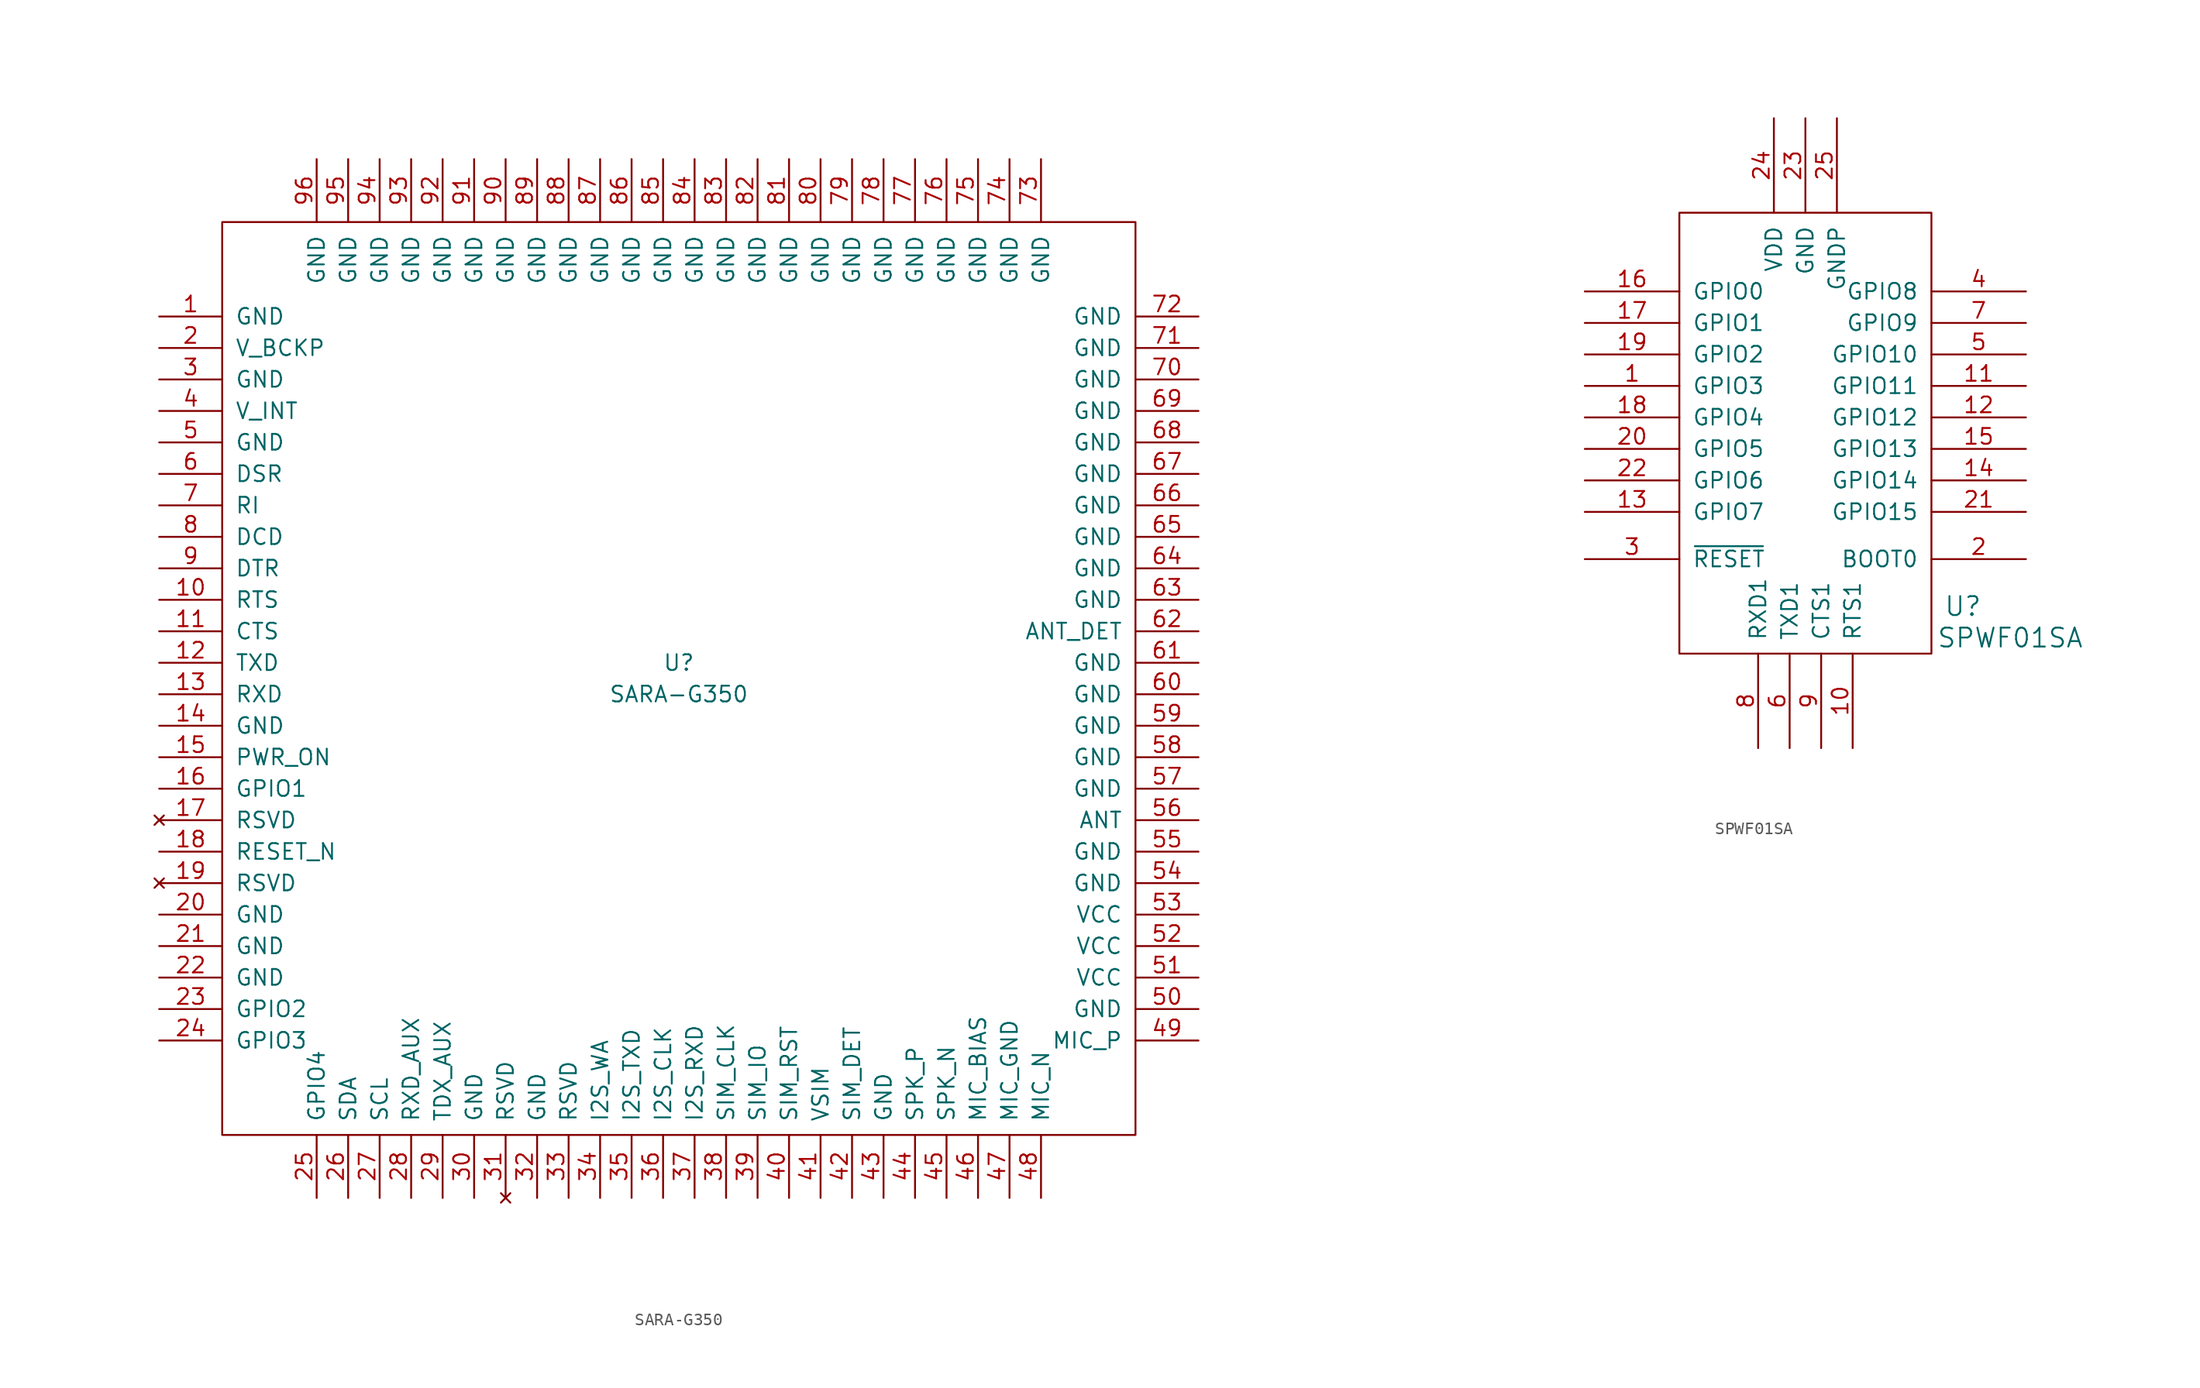
<source format=kicad_sym>
(kicad_symbol_lib
  (version 20201005)
  (generator kicad_symbol_editor)
  (symbol "SARA-G350"
    (pin_names
      (offset 1.016))
    (property "Reference" "U"
      (at 0 1.27 0)
      (effects (font (size 1.27 1.27))))
    (property "Value" "SARA-G350"
      (at 0 -1.27 0)
      (effects (font (size 1.27 1.27))))
    (symbol "SARA-G350_0_1"
      (rectangle (start -36.83 -36.83) (end 36.83 36.83) (stroke (width 0)) (fill (type none))))
    (symbol "SARA-G350_1_1"
      (pin power_in line (at -41.91 29.21 0) (length 5.08) (name "GND" (effects (font (size 1.27 1.27)))) (number "1" (effects (font (size 1.27 1.27)))))
      (pin input line (at -41.91 6.35 0) (length 5.08) (name "RTS" (effects (font (size 1.27 1.27)))) (number "10" (effects (font (size 1.27 1.27)))))
      (pin output line (at -41.91 3.81 0) (length 5.08) (name "CTS" (effects (font (size 1.27 1.27)))) (number "11" (effects (font (size 1.27 1.27)))))
      (pin input line (at -41.91 1.27 0) (length 5.08) (name "TXD" (effects (font (size 1.27 1.27)))) (number "12" (effects (font (size 1.27 1.27)))))
      (pin output line (at -41.91 -1.27 0) (length 5.08) (name "RXD" (effects (font (size 1.27 1.27)))) (number "13" (effects (font (size 1.27 1.27)))))
      (pin power_in line (at -41.91 -3.81 0) (length 5.08) (name "GND" (effects (font (size 1.27 1.27)))) (number "14" (effects (font (size 1.27 1.27)))))
      (pin input line (at -41.91 -6.35 0) (length 5.08) (name "PWR_ON" (effects (font (size 1.27 1.27)))) (number "15" (effects (font (size 1.27 1.27)))))
      (pin bidirectional line (at -41.91 -8.89 0) (length 5.08) (name "GPIO1" (effects (font (size 1.27 1.27)))) (number "16" (effects (font (size 1.27 1.27)))))
      (pin unconnected line (at -41.91 -11.43 0) (length 5.08) (name "RSVD" (effects (font (size 1.27 1.27)))) (number "17" (effects (font (size 1.27 1.27)))))
      (pin input line (at -41.91 -13.97 0) (length 5.08) (name "RESET_N" (effects (font (size 1.27 1.27)))) (number "18" (effects (font (size 1.27 1.27)))))
      (pin unconnected line (at -41.91 -16.51 0) (length 5.08) (name "RSVD" (effects (font (size 1.27 1.27)))) (number "19" (effects (font (size 1.27 1.27)))))
      (pin bidirectional line (at -41.91 26.67 0) (length 5.08) (name "V_BCKP" (effects (font (size 1.27 1.27)))) (number "2" (effects (font (size 1.27 1.27)))))
      (pin power_in line (at -41.91 -19.05 0) (length 5.08) (name "GND" (effects (font (size 1.27 1.27)))) (number "20" (effects (font (size 1.27 1.27)))))
      (pin power_in line (at -41.91 -21.59 0) (length 5.08) (name "GND~" (effects (font (size 1.27 1.27)))) (number "21" (effects (font (size 1.27 1.27)))))
      (pin power_in line (at -41.91 -24.13 0) (length 5.08) (name "GND" (effects (font (size 1.27 1.27)))) (number "22" (effects (font (size 1.27 1.27)))))
      (pin bidirectional line (at -41.91 -26.67 0) (length 5.08) (name "GPIO2" (effects (font (size 1.27 1.27)))) (number "23" (effects (font (size 1.27 1.27)))))
      (pin bidirectional line (at -41.91 -29.21 0) (length 5.08) (name "GPIO3" (effects (font (size 1.27 1.27)))) (number "24" (effects (font (size 1.27 1.27)))))
      (pin bidirectional line (at -29.21 -41.91 90) (length 5.08) (name "GPIO4" (effects (font (size 1.27 1.27)))) (number "25" (effects (font (size 1.27 1.27)))))
      (pin bidirectional line (at -26.67 -41.91 90) (length 5.08) (name "SDA" (effects (font (size 1.27 1.27)))) (number "26" (effects (font (size 1.27 1.27)))))
      (pin output line (at -24.13 -41.91 90) (length 5.08) (name "SCL" (effects (font (size 1.27 1.27)))) (number "27" (effects (font (size 1.27 1.27)))))
      (pin output line (at -21.59 -41.91 90) (length 5.08) (name "RXD_AUX" (effects (font (size 1.27 1.27)))) (number "28" (effects (font (size 1.27 1.27)))))
      (pin input line (at -19.05 -41.91 90) (length 5.08) (name "TDX_AUX" (effects (font (size 1.27 1.27)))) (number "29" (effects (font (size 1.27 1.27)))))
      (pin power_in line (at -41.91 24.13 0) (length 5.08) (name "GND" (effects (font (size 1.27 1.27)))) (number "3" (effects (font (size 1.27 1.27)))))
      (pin power_in line (at -16.51 -41.91 90) (length 5.08) (name "GND" (effects (font (size 1.27 1.27)))) (number "30" (effects (font (size 1.27 1.27)))))
      (pin unconnected line (at -13.97 -41.91 90) (length 5.08) (name "RSVD" (effects (font (size 1.27 1.27)))) (number "31" (effects (font (size 1.27 1.27)))))
      (pin power_in line (at -11.43 -41.91 90) (length 5.08) (name "GND" (effects (font (size 1.27 1.27)))) (number "32" (effects (font (size 1.27 1.27)))))
      (pin unspecified line (at -8.89 -41.91 90) (length 5.08) (name "RSVD" (effects (font (size 1.27 1.27)))) (number "33" (effects (font (size 1.27 1.27)))))
      (pin output line (at -6.35 -41.91 90) (length 5.08) (name "I2S_WA" (effects (font (size 1.27 1.27)))) (number "34" (effects (font (size 1.27 1.27)))))
      (pin output line (at -3.81 -41.91 90) (length 5.08) (name "I2S_TXD" (effects (font (size 1.27 1.27)))) (number "35" (effects (font (size 1.27 1.27)))))
      (pin output line (at -1.27 -41.91 90) (length 5.08) (name "I2S_CLK" (effects (font (size 1.27 1.27)))) (number "36" (effects (font (size 1.27 1.27)))))
      (pin input line (at 1.27 -41.91 90) (length 5.08) (name "I2S_RXD" (effects (font (size 1.27 1.27)))) (number "37" (effects (font (size 1.27 1.27)))))
      (pin output line (at 3.81 -41.91 90) (length 5.08) (name "SIM_CLK" (effects (font (size 1.27 1.27)))) (number "38" (effects (font (size 1.27 1.27)))))
      (pin bidirectional line (at 6.35 -41.91 90) (length 5.08) (name "SIM_IO" (effects (font (size 1.27 1.27)))) (number "39" (effects (font (size 1.27 1.27)))))
      (pin power_out line (at -41.91 21.59 0) (length 5.08) (name "V_INT" (effects (font (size 1.27 1.27)))) (number "4" (effects (font (size 1.27 1.27)))))
      (pin output line (at 8.89 -41.91 90) (length 5.08) (name "SIM_RST" (effects (font (size 1.27 1.27)))) (number "40" (effects (font (size 1.27 1.27)))))
      (pin power_out line (at 11.43 -41.91 90) (length 5.08) (name "VSIM" (effects (font (size 1.27 1.27)))) (number "41" (effects (font (size 1.27 1.27)))))
      (pin input line (at 13.97 -41.91 90) (length 5.08) (name "SIM_DET" (effects (font (size 1.27 1.27)))) (number "42" (effects (font (size 1.27 1.27)))))
      (pin power_in line (at 16.51 -41.91 90) (length 5.08) (name "GND" (effects (font (size 1.27 1.27)))) (number "43" (effects (font (size 1.27 1.27)))))
      (pin output line (at 19.05 -41.91 90) (length 5.08) (name "SPK_P" (effects (font (size 1.27 1.27)))) (number "44" (effects (font (size 1.27 1.27)))))
      (pin output line (at 21.59 -41.91 90) (length 5.08) (name "SPK_N" (effects (font (size 1.27 1.27)))) (number "45" (effects (font (size 1.27 1.27)))))
      (pin output line (at 24.13 -41.91 90) (length 5.08) (name "MIC_BIAS" (effects (font (size 1.27 1.27)))) (number "46" (effects (font (size 1.27 1.27)))))
      (pin input line (at 26.67 -41.91 90) (length 5.08) (name "MIC_GND" (effects (font (size 1.27 1.27)))) (number "47" (effects (font (size 1.27 1.27)))))
      (pin input line (at 29.21 -41.91 90) (length 5.08) (name "MIC_N" (effects (font (size 1.27 1.27)))) (number "48" (effects (font (size 1.27 1.27)))))
      (pin input line (at 41.91 -29.21 180) (length 5.08) (name "MIC_P" (effects (font (size 1.27 1.27)))) (number "49" (effects (font (size 1.27 1.27)))))
      (pin power_in line (at -41.91 19.05 0) (length 5.08) (name "GND" (effects (font (size 1.27 1.27)))) (number "5" (effects (font (size 1.27 1.27)))))
      (pin power_in line (at 41.91 -26.67 180) (length 5.08) (name "GND" (effects (font (size 1.27 1.27)))) (number "50" (effects (font (size 1.27 1.27)))))
      (pin power_in line (at 41.91 -24.13 180) (length 5.08) (name "VCC" (effects (font (size 1.27 1.27)))) (number "51" (effects (font (size 1.27 1.27)))))
      (pin power_in line (at 41.91 -21.59 180) (length 5.08) (name "VCC" (effects (font (size 1.27 1.27)))) (number "52" (effects (font (size 1.27 1.27)))))
      (pin power_in line (at 41.91 -19.05 180) (length 5.08) (name "VCC" (effects (font (size 1.27 1.27)))) (number "53" (effects (font (size 1.27 1.27)))))
      (pin power_in line (at 41.91 -16.51 180) (length 5.08) (name "GND" (effects (font (size 1.27 1.27)))) (number "54" (effects (font (size 1.27 1.27)))))
      (pin power_in line (at 41.91 -13.97 180) (length 5.08) (name "GND" (effects (font (size 1.27 1.27)))) (number "55" (effects (font (size 1.27 1.27)))))
      (pin bidirectional line (at 41.91 -11.43 180) (length 5.08) (name "ANT~" (effects (font (size 1.27 1.27)))) (number "56" (effects (font (size 1.27 1.27)))))
      (pin power_in line (at 41.91 -8.89 180) (length 5.08) (name "GND" (effects (font (size 1.27 1.27)))) (number "57" (effects (font (size 1.27 1.27)))))
      (pin power_in line (at 41.91 -6.35 180) (length 5.08) (name "GND~" (effects (font (size 1.27 1.27)))) (number "58" (effects (font (size 1.27 1.27)))))
      (pin power_in line (at 41.91 -3.81 180) (length 5.08) (name "GND" (effects (font (size 1.27 1.27)))) (number "59" (effects (font (size 1.27 1.27)))))
      (pin output line (at -41.91 16.51 0) (length 5.08) (name "DSR" (effects (font (size 1.27 1.27)))) (number "6" (effects (font (size 1.27 1.27)))))
      (pin power_in line (at 41.91 -1.27 180) (length 5.08) (name "GND" (effects (font (size 1.27 1.27)))) (number "60" (effects (font (size 1.27 1.27)))))
      (pin power_in line (at 41.91 1.27 180) (length 5.08) (name "GND" (effects (font (size 1.27 1.27)))) (number "61" (effects (font (size 1.27 1.27)))))
      (pin input line (at 41.91 3.81 180) (length 5.08) (name "ANT_DET" (effects (font (size 1.27 1.27)))) (number "62" (effects (font (size 1.27 1.27)))))
      (pin power_in line (at 41.91 6.35 180) (length 5.08) (name "GND" (effects (font (size 1.27 1.27)))) (number "63" (effects (font (size 1.27 1.27)))))
      (pin power_in line (at 41.91 8.89 180) (length 5.08) (name "GND" (effects (font (size 1.27 1.27)))) (number "64" (effects (font (size 1.27 1.27)))))
      (pin power_in line (at 41.91 11.43 180) (length 5.08) (name "GND" (effects (font (size 1.27 1.27)))) (number "65" (effects (font (size 1.27 1.27)))))
      (pin power_in line (at 41.91 13.97 180) (length 5.08) (name "GND" (effects (font (size 1.27 1.27)))) (number "66" (effects (font (size 1.27 1.27)))))
      (pin power_in line (at 41.91 16.51 180) (length 5.08) (name "GND" (effects (font (size 1.27 1.27)))) (number "67" (effects (font (size 1.27 1.27)))))
      (pin power_in line (at 41.91 19.05 180) (length 5.08) (name "GND" (effects (font (size 1.27 1.27)))) (number "68" (effects (font (size 1.27 1.27)))))
      (pin power_in line (at 41.91 21.59 180) (length 5.08) (name "GND" (effects (font (size 1.27 1.27)))) (number "69" (effects (font (size 1.27 1.27)))))
      (pin output line (at -41.91 13.97 0) (length 5.08) (name "RI" (effects (font (size 1.27 1.27)))) (number "7" (effects (font (size 1.27 1.27)))))
      (pin power_in line (at 41.91 24.13 180) (length 5.08) (name "GND" (effects (font (size 1.27 1.27)))) (number "70" (effects (font (size 1.27 1.27)))))
      (pin power_in line (at 41.91 26.67 180) (length 5.08) (name "GND" (effects (font (size 1.27 1.27)))) (number "71" (effects (font (size 1.27 1.27)))))
      (pin power_in line (at 41.91 29.21 180) (length 5.08) (name "GND" (effects (font (size 1.27 1.27)))) (number "72" (effects (font (size 1.27 1.27)))))
      (pin power_in line (at 29.21 41.91 270) (length 5.08) (name "GND" (effects (font (size 1.27 1.27)))) (number "73" (effects (font (size 1.27 1.27)))))
      (pin power_in line (at 26.67 41.91 270) (length 5.08) (name "GND" (effects (font (size 1.27 1.27)))) (number "74" (effects (font (size 1.27 1.27)))))
      (pin power_in line (at 24.13 41.91 270) (length 5.08) (name "GND" (effects (font (size 1.27 1.27)))) (number "75" (effects (font (size 1.27 1.27)))))
      (pin power_in line (at 21.59 41.91 270) (length 5.08) (name "GND" (effects (font (size 1.27 1.27)))) (number "76" (effects (font (size 1.27 1.27)))))
      (pin power_in line (at 19.05 41.91 270) (length 5.08) (name "GND" (effects (font (size 1.27 1.27)))) (number "77" (effects (font (size 1.27 1.27)))))
      (pin power_in line (at 16.51 41.91 270) (length 5.08) (name "GND" (effects (font (size 1.27 1.27)))) (number "78" (effects (font (size 1.27 1.27)))))
      (pin power_in line (at 13.97 41.91 270) (length 5.08) (name "GND" (effects (font (size 1.27 1.27)))) (number "79" (effects (font (size 1.27 1.27)))))
      (pin output line (at -41.91 11.43 0) (length 5.08) (name "DCD" (effects (font (size 1.27 1.27)))) (number "8" (effects (font (size 1.27 1.27)))))
      (pin power_in line (at 11.43 41.91 270) (length 5.08) (name "GND" (effects (font (size 1.27 1.27)))) (number "80" (effects (font (size 1.27 1.27)))))
      (pin power_in line (at 8.89 41.91 270) (length 5.08) (name "GND" (effects (font (size 1.27 1.27)))) (number "81" (effects (font (size 1.27 1.27)))))
      (pin power_in line (at 6.35 41.91 270) (length 5.08) (name "GND" (effects (font (size 1.27 1.27)))) (number "82" (effects (font (size 1.27 1.27)))))
      (pin power_in line (at 3.81 41.91 270) (length 5.08) (name "GND" (effects (font (size 1.27 1.27)))) (number "83" (effects (font (size 1.27 1.27)))))
      (pin power_in line (at 1.27 41.91 270) (length 5.08) (name "GND" (effects (font (size 1.27 1.27)))) (number "84" (effects (font (size 1.27 1.27)))))
      (pin power_in line (at -1.27 41.91 270) (length 5.08) (name "GND" (effects (font (size 1.27 1.27)))) (number "85" (effects (font (size 1.27 1.27)))))
      (pin power_in line (at -3.81 41.91 270) (length 5.08) (name "GND" (effects (font (size 1.27 1.27)))) (number "86" (effects (font (size 1.27 1.27)))))
      (pin power_in line (at -6.35 41.91 270) (length 5.08) (name "GND" (effects (font (size 1.27 1.27)))) (number "87" (effects (font (size 1.27 1.27)))))
      (pin power_in line (at -8.89 41.91 270) (length 5.08) (name "GND" (effects (font (size 1.27 1.27)))) (number "88" (effects (font (size 1.27 1.27)))))
      (pin power_in line (at -11.43 41.91 270) (length 5.08) (name "GND" (effects (font (size 1.27 1.27)))) (number "89" (effects (font (size 1.27 1.27)))))
      (pin input line (at -41.91 8.89 0) (length 5.08) (name "DTR" (effects (font (size 1.27 1.27)))) (number "9" (effects (font (size 1.27 1.27)))))
      (pin power_in line (at -13.97 41.91 270) (length 5.08) (name "GND" (effects (font (size 1.27 1.27)))) (number "90" (effects (font (size 1.27 1.27)))))
      (pin power_in line (at -16.51 41.91 270) (length 5.08) (name "GND" (effects (font (size 1.27 1.27)))) (number "91" (effects (font (size 1.27 1.27)))))
      (pin power_in line (at -19.05 41.91 270) (length 5.08) (name "GND" (effects (font (size 1.27 1.27)))) (number "92" (effects (font (size 1.27 1.27)))))
      (pin power_in line (at -21.59 41.91 270) (length 5.08) (name "GND" (effects (font (size 1.27 1.27)))) (number "93" (effects (font (size 1.27 1.27)))))
      (pin power_in line (at -24.13 41.91 270) (length 5.08) (name "GND" (effects (font (size 1.27 1.27)))) (number "94" (effects (font (size 1.27 1.27)))))
      (pin power_in line (at -26.67 41.91 270) (length 5.08) (name "GND" (effects (font (size 1.27 1.27)))) (number "95" (effects (font (size 1.27 1.27)))))
      (pin power_in line (at -29.21 41.91 270) (length 5.08) (name "GND" (effects (font (size 1.27 1.27)))) (number "96" (effects (font (size 1.27 1.27)))))))
  (symbol "SPWF01SA"
    (pin_names
      (offset 1.016))
    (property "Reference" "U"
      (at 12.7 -13.97 0)
      (effects (font (size 1.524 1.524))))
    (property "Value" "SPWF01SA"
      (at 16.51 -16.51 0)
      (effects (font (size 1.524 1.524))))
    (property "Footprint" ""
      (at -30.48 -7.62 0)
      (effects (font (size 1.524 1.524))))
    (symbol "SPWF01SA_0_1"
      (rectangle (start -10.16 17.78) (end 10.16 -17.78) (stroke (width 0)) (fill (type none))))
    (symbol "SPWF01SA_1_1"
      (pin bidirectional line (at -17.78 3.81 0) (length 7.62) (name "GPIO3" (effects (font (size 1.27 1.27)))) (number "1" (effects (font (size 1.27 1.27)))))
      (pin output line (at 3.81 -25.4 90) (length 7.62) (name "RTS1" (effects (font (size 1.27 1.27)))) (number "10" (effects (font (size 1.27 1.27)))))
      (pin bidirectional line (at 17.78 3.81 180) (length 7.62) (name "GPIO11" (effects (font (size 1.27 1.27)))) (number "11" (effects (font (size 1.27 1.27)))))
      (pin bidirectional line (at 17.78 1.27 180) (length 7.62) (name "GPIO12" (effects (font (size 1.27 1.27)))) (number "12" (effects (font (size 1.27 1.27)))))
      (pin bidirectional line (at -17.78 -6.35 0) (length 7.62) (name "GPIO7" (effects (font (size 1.27 1.27)))) (number "13" (effects (font (size 1.27 1.27)))))
      (pin bidirectional line (at 17.78 -3.81 180) (length 7.62) (name "GPIO14" (effects (font (size 1.27 1.27)))) (number "14" (effects (font (size 1.27 1.27)))))
      (pin bidirectional line (at 17.78 -1.27 180) (length 7.62) (name "GPIO13" (effects (font (size 1.27 1.27)))) (number "15" (effects (font (size 1.27 1.27)))))
      (pin bidirectional line (at -17.78 11.43 0) (length 7.62) (name "GPIO0" (effects (font (size 1.27 1.27)))) (number "16" (effects (font (size 1.27 1.27)))))
      (pin bidirectional line (at -17.78 8.89 0) (length 7.62) (name "GPIO1" (effects (font (size 1.27 1.27)))) (number "17" (effects (font (size 1.27 1.27)))))
      (pin bidirectional line (at -17.78 1.27 0) (length 7.62) (name "GPIO4" (effects (font (size 1.27 1.27)))) (number "18" (effects (font (size 1.27 1.27)))))
      (pin bidirectional line (at -17.78 6.35 0) (length 7.62) (name "GPIO2" (effects (font (size 1.27 1.27)))) (number "19" (effects (font (size 1.27 1.27)))))
      (pin input line (at 17.78 -10.16 180) (length 7.62) (name "BOOT0" (effects (font (size 1.27 1.27)))) (number "2" (effects (font (size 1.27 1.27)))))
      (pin bidirectional line (at -17.78 -1.27 0) (length 7.62) (name "GPIO5" (effects (font (size 1.27 1.27)))) (number "20" (effects (font (size 1.27 1.27)))))
      (pin bidirectional line (at 17.78 -6.35 180) (length 7.62) (name "GPIO15" (effects (font (size 1.27 1.27)))) (number "21" (effects (font (size 1.27 1.27)))))
      (pin bidirectional line (at -17.78 -3.81 0) (length 7.62) (name "GPIO6" (effects (font (size 1.27 1.27)))) (number "22" (effects (font (size 1.27 1.27)))))
      (pin power_in line (at 0 25.4 270) (length 7.62) (name "GND" (effects (font (size 1.27 1.27)))) (number "23" (effects (font (size 1.27 1.27)))))
      (pin power_in line (at -2.54 25.4 270) (length 7.62) (name "VDD" (effects (font (size 1.27 1.27)))) (number "24" (effects (font (size 1.27 1.27)))))
      (pin power_in line (at 2.54 25.4 270) (length 7.62) (name "GNDP" (effects (font (size 1.27 1.27)))) (number "25" (effects (font (size 1.27 1.27)))))
      (pin unconnected line (at 5.08 17.78 90) (length 0) hide (name "NU1" (effects (font (size 1.27 1.27)))) (number "26" (effects (font (size 1.27 1.27)))))
      (pin unconnected line (at 7.62 17.78 90) (length 0) hide (name "NU2" (effects (font (size 1.27 1.27)))) (number "27" (effects (font (size 1.27 1.27)))))
      (pin unconnected line (at -8.89 17.78 90) (length 0) hide (name "NU3" (effects (font (size 1.27 1.27)))) (number "28" (effects (font (size 1.27 1.27)))))
      (pin unconnected line (at -6.35 17.78 90) (length 0) hide (name "NU4" (effects (font (size 1.27 1.27)))) (number "29" (effects (font (size 1.27 1.27)))))
      (pin input line (at -17.78 -10.16 0) (length 7.62) (name "~RESET" (effects (font (size 1.27 1.27)))) (number "3" (effects (font (size 1.27 1.27)))))
      (pin unconnected line (at 10.16 17.78 90) (length 0) hide (name "NU5" (effects (font (size 1.27 1.27)))) (number "30" (effects (font (size 1.27 1.27)))))
      (pin bidirectional line (at 17.78 11.43 180) (length 7.62) (name "GPIO8" (effects (font (size 1.27 1.27)))) (number "4" (effects (font (size 1.27 1.27)))))
      (pin bidirectional line (at 17.78 6.35 180) (length 7.62) (name "GPIO10" (effects (font (size 1.27 1.27)))) (number "5" (effects (font (size 1.27 1.27)))))
      (pin output line (at -1.27 -25.4 90) (length 7.62) (name "TXD1" (effects (font (size 1.27 1.27)))) (number "6" (effects (font (size 1.27 1.27)))))
      (pin bidirectional line (at 17.78 8.89 180) (length 7.62) (name "GPIO9" (effects (font (size 1.27 1.27)))) (number "7" (effects (font (size 1.27 1.27)))))
      (pin input line (at -3.81 -25.4 90) (length 7.62) (name "RXD1" (effects (font (size 1.27 1.27)))) (number "8" (effects (font (size 1.27 1.27)))))
      (pin input line (at 1.27 -25.4 90) (length 7.62) (name "CTS1" (effects (font (size 1.27 1.27)))) (number "9" (effects (font (size 1.27 1.27))))))))
</source>
